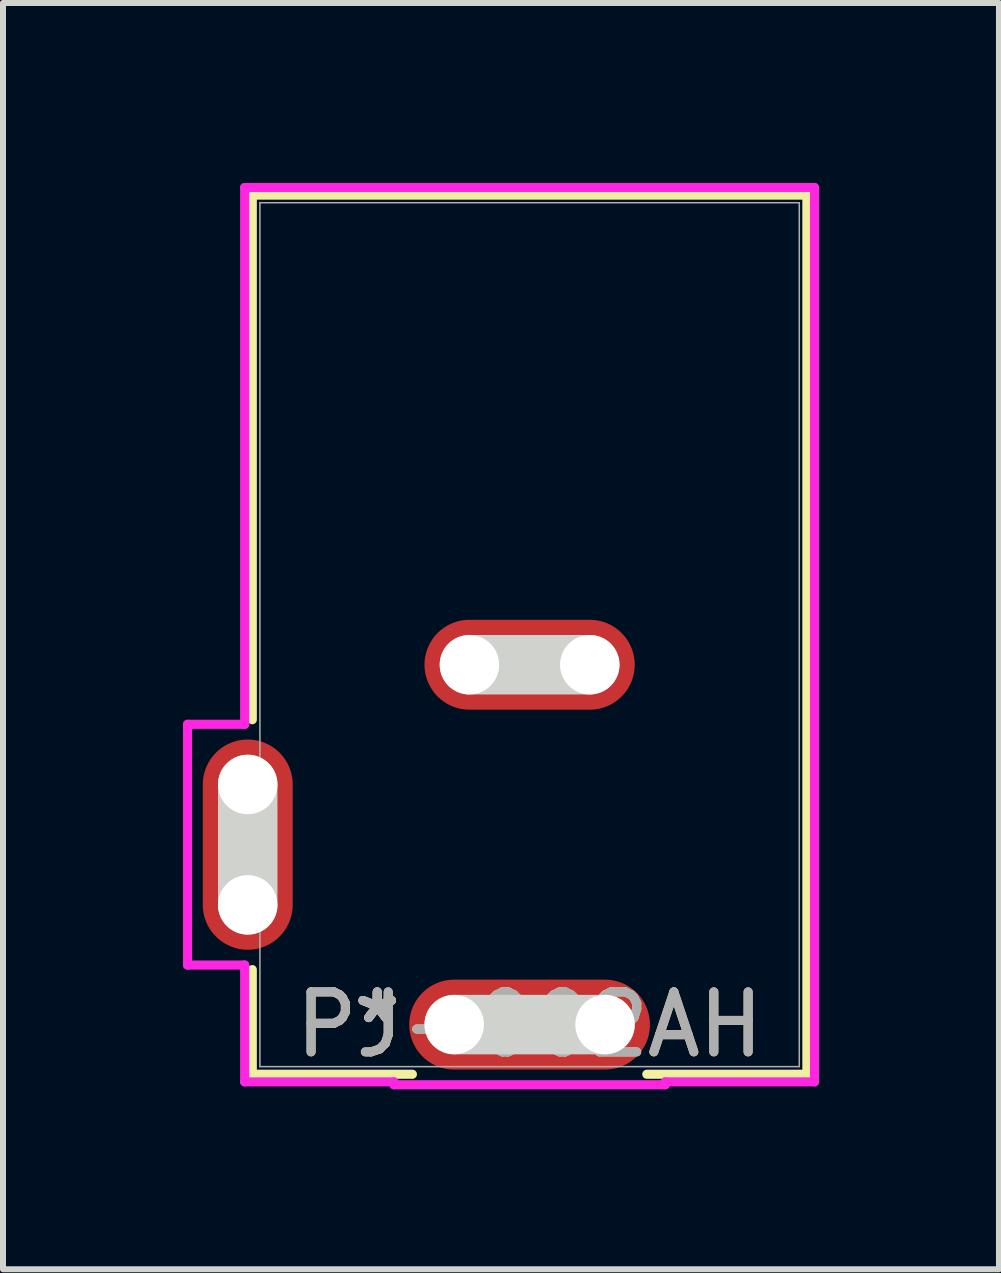
<source format=kicad_pcb>
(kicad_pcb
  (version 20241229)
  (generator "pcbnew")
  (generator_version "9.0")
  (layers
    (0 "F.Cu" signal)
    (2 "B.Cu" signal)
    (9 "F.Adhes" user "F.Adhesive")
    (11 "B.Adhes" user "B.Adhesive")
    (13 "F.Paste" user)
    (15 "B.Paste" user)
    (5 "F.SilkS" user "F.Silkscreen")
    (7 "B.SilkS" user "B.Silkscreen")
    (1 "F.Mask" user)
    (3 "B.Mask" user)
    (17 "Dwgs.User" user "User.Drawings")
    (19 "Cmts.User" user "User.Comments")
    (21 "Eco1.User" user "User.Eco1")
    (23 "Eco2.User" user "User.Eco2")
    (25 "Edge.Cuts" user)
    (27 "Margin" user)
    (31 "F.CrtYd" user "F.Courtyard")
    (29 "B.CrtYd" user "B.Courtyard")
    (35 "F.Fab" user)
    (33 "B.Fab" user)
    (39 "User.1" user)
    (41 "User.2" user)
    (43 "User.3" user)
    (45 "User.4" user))
  (footprint "PJ-002AH"
    (layer "F.Cu")
    (at 5.779 14.031)
    (property "Reference" "PJ-002AH" (at 0 0.000001 0) (unlocked yes) (layer "F.SilkS") (effects (font (size 1 1) (thickness 0.15))))
    (attr smd)
    (fp_line (start -4.623 -13.828) (end -4.623 -5.082) (stroke (width 0.152) (type solid)) (layer "F.SilkS"))
    (fp_line (start -4.623 -0.917) (end -4.623 0.828) (stroke (width 0.152) (type solid)) (layer "F.SilkS"))
    (fp_line (start -4.623 0.828) (end -1.954 0.828) (stroke (width 0.152) (type solid)) (layer "F.SilkS"))
    (fp_line (start 1.954 0.828) (end 4.623 0.828) (stroke (width 0.152) (type solid)) (layer "F.SilkS"))
    (fp_line (start 4.623 -13.828) (end -4.623 -13.828) (stroke (width 0.152) (type solid)) (layer "F.SilkS"))
    (fp_line (start 4.623 0.828) (end 4.623 -13.828) (stroke (width 0.152) (type solid)) (layer "F.SilkS"))
    (fp_line (start -4.699 -1.996) (end -4.699 -4.003) (stroke (width 0.991) (type solid)) (layer "Edge.Cuts"))
    (fp_line (start -1.257 0) (end 1.257 0) (stroke (width 0.991) (type solid)) (layer "Edge.Cuts"))
    (fp_line (start -1.003 -5.999) (end 1.003 -5.999) (stroke (width 0.991) (type solid)) (layer "Edge.Cuts"))
    (fp_line (start -5.702 -5.006) (end -5.702 -0.993) (stroke (width 0.152) (type solid)) (layer "F.CrtYd"))
    (fp_line (start -5.702 -0.993) (end -4.75 -0.993) (stroke (width 0.152) (type solid)) (layer "F.CrtYd"))
    (fp_line (start -4.75 -13.955) (end -4.75 -5.006) (stroke (width 0.152) (type solid)) (layer "F.CrtYd"))
    (fp_line (start -4.75 -5.006) (end -5.702 -5.006) (stroke (width 0.152) (type solid)) (layer "F.CrtYd"))
    (fp_line (start -4.75 -0.993) (end -4.75 0.955) (stroke (width 0.152) (type solid)) (layer "F.CrtYd"))
    (fp_line (start -4.75 0.955) (end -2.261 0.955) (stroke (width 0.152) (type solid)) (layer "F.CrtYd"))
    (fp_line (start -2.261 0.955) (end -2.261 1.003) (stroke (width 0.152) (type solid)) (layer "F.CrtYd"))
    (fp_line (start -2.261 1.003) (end 2.261 1.003) (stroke (width 0.152) (type solid)) (layer "F.CrtYd"))
    (fp_line (start 2.261 0.955) (end 4.75 0.955) (stroke (width 0.152) (type solid)) (layer "F.CrtYd"))
    (fp_line (start 2.261 1.003) (end 2.261 0.955) (stroke (width 0.152) (type solid)) (layer "F.CrtYd"))
    (fp_line (start 4.75 -13.955) (end -4.75 -13.955) (stroke (width 0.152) (type solid)) (layer "F.CrtYd"))
    (fp_line (start 4.75 0.955) (end 4.75 -13.955) (stroke (width 0.152) (type solid)) (layer "F.CrtYd"))
    (fp_line (start -4.902 -4.244) (end -4.496 -4.244) (stroke (width 0.025) (type solid)) (layer "F.Fab"))
    (fp_line (start -4.902 -1.755) (end -4.902 -4.244) (stroke (width 0.025) (type solid)) (layer "F.Fab"))
    (fp_line (start -4.902 -1.755) (end -4.496 -1.755) (stroke (width 0.025) (type solid)) (layer "F.Fab"))
    (fp_line (start -4.496 -13.701) (end -4.496 0.701) (stroke (width 0.025) (type solid)) (layer "F.Fab"))
    (fp_line (start -4.496 0.701) (end 4.496 0.701) (stroke (width 0.025) (type solid)) (layer "F.Fab"))
    (fp_line (start 4.496 -13.701) (end -4.496 -13.701) (stroke (width 0.025) (type solid)) (layer "F.Fab"))
    (fp_line (start 4.496 0.701) (end 4.496 -13.701) (stroke (width 0.025) (type solid)) (layer "F.Fab"))
    (fp_text user "*" (at -2.54 0.000001 0) (layer "F.SilkS") (effects (font (size 1 1) (thickness 0.15))))
    (fp_text user "*" (at -2.54 0.000001 0) (unlocked yes) (layer "F.SilkS") (effects (font (size 1 1) (thickness 0.15))))
    (fp_text user "*" (at -2.54 0.000001 0) (layer "F.Fab") (effects (font (size 1 1) (thickness 0.15))))
    (fp_text user "${REFERENCE}" (at 0 0.000001 0) (unlocked yes) (layer "F.Fab") (effects (font (size 1 1) (thickness 0.15))))
    (fp_text user "*" (at -2.54 0.000001 0) (unlocked yes) (layer "F.Fab") (effects (font (size 1 1) (thickness 0.15))))
    (pad "" np_thru_hole circle (at -4.699 -4.003) (size 0.991 0.991) (drill 0.991) (layers "*.Cu" "*.Mask"))
    (pad "" np_thru_hole circle (at -4.699 -1.996) (size 0.991 0.991) (drill 0.991) (layers "*.Cu" "*.Mask"))
    (pad "" np_thru_hole circle (at -1.257 0) (size 0.991 0.991) (drill 0.991) (layers "*.Cu" "*.Mask"))
    (pad "" np_thru_hole circle (at -1.003 -5.999) (size 0.991 0.991) (drill 0.991) (layers "*.Cu" "*.Mask"))
    (pad "" np_thru_hole circle (at 1.003 -5.999) (size 0.991 0.991) (drill 0.991) (layers "*.Cu" "*.Mask"))
    (pad "" np_thru_hole circle (at 1.257 0) (size 0.991 0.991) (drill 0.991) (layers "*.Cu" "*.Mask"))
    (pad "1" smd oval (at 0 0) (size 4.013 1.499) (layers "F.Cu" "F.Mask" "F.Paste"))
    (pad "2" smd oval (at 0 -5.999) (size 3.505 1.499) (layers "F.Cu" "F.Mask" "F.Paste"))
    (pad "3" smd oval (at -4.699 -3) (size 1.499 3.505) (layers "F.Cu" "F.Mask" "F.Paste")))
  (gr_rect
    (start -3 -3)
    (end 13.604 18.11)
    (stroke (width 0.1) (type default))
    (fill no)
    (layer "Edge.Cuts")))
</source>
